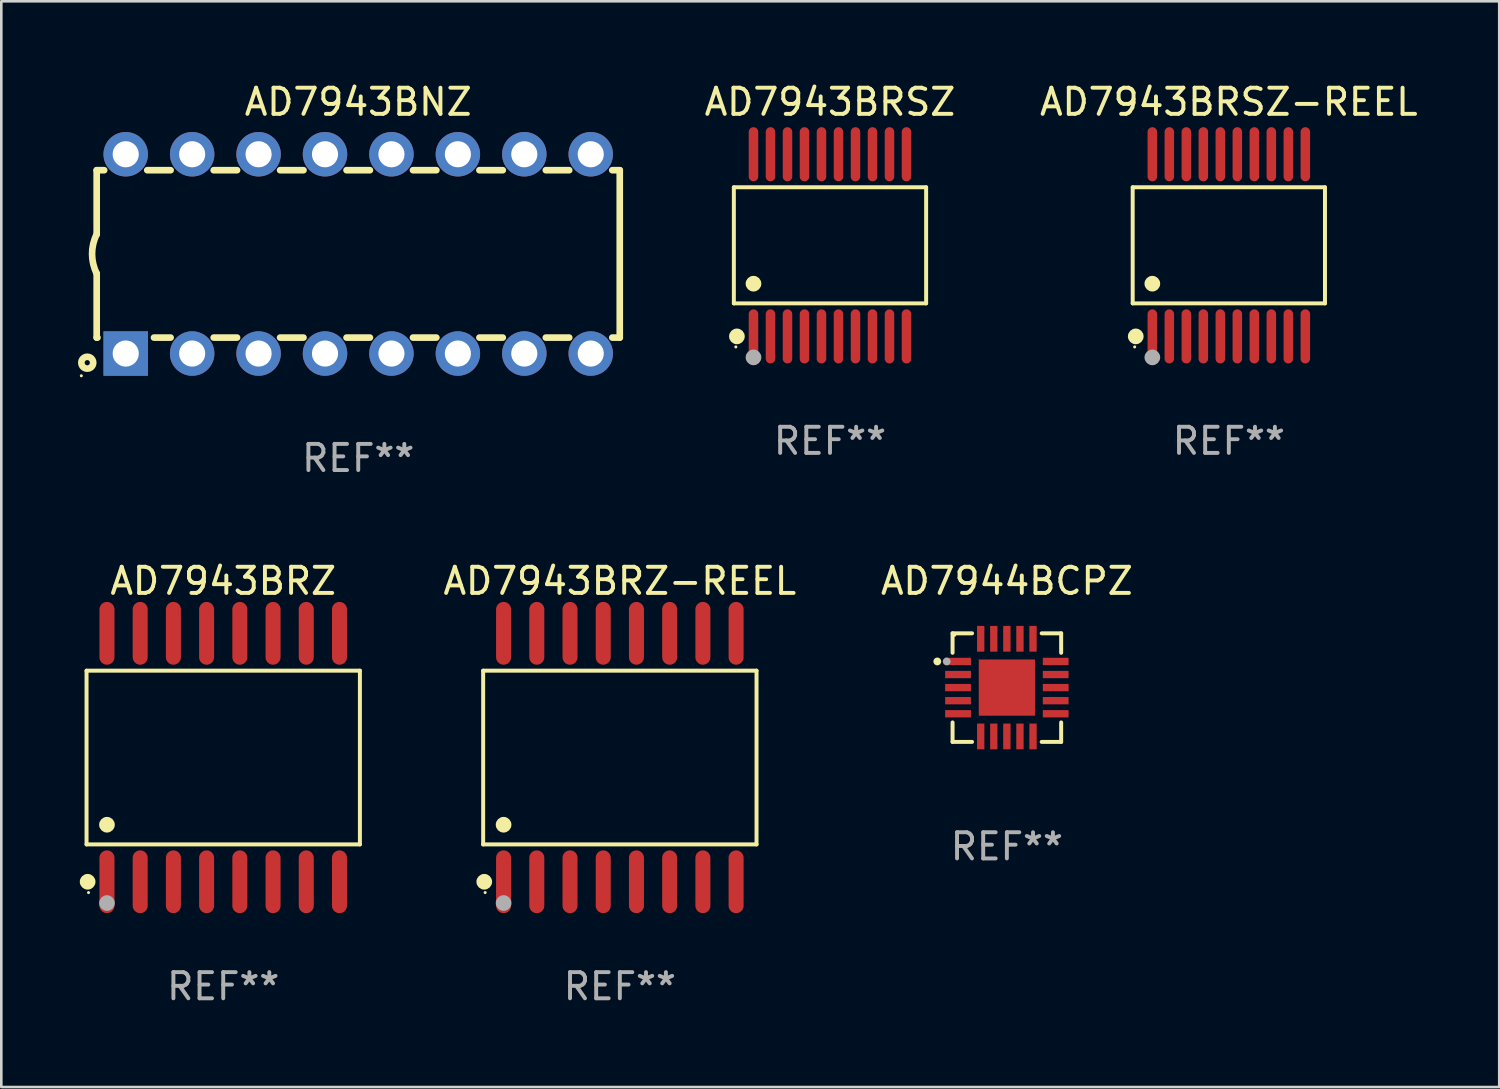
<source format=kicad_pcb>
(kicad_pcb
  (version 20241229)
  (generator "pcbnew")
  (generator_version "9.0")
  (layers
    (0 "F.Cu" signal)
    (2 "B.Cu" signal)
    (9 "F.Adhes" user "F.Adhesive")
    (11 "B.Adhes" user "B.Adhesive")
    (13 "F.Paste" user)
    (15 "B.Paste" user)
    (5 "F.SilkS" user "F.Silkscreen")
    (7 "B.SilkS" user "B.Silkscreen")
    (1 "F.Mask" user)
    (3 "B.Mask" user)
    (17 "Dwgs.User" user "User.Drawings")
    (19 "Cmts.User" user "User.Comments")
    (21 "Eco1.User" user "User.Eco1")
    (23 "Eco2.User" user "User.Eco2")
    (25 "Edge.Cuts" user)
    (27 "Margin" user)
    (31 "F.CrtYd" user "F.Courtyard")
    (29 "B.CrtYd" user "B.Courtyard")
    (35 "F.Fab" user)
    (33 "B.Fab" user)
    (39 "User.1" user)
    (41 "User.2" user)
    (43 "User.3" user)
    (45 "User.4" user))
  (footprint "AD7943BNZ"
    (layer "F.Cu")
    (at 10.647 6.658)
    (property "Reference" "AD7943BNZ" (at 0 -5.81 0) (layer "F.SilkS") (effects (font (size 1 1) (thickness 0.15))))
    (attr through_hole)
    (fp_line (start -10 -3.2) (end -10 -0.75) (stroke (width 0.254) (type solid)) (layer "F.SilkS"))
    (fp_line (start -10 -3.2) (end -9.713 -3.2) (stroke (width 0.254) (type solid)) (layer "F.SilkS"))
    (fp_line (start -10 3.2) (end -10 0.75) (stroke (width 0.254) (type solid)) (layer "F.SilkS"))
    (fp_line (start -10 3.2) (end -9.971 3.2) (stroke (width 0.254) (type solid)) (layer "F.SilkS"))
    (fp_line (start -8.067 -3.2) (end -7.173 -3.2) (stroke (width 0.254) (type solid)) (layer "F.SilkS"))
    (fp_line (start -7.809 3.2) (end -7.173 3.2) (stroke (width 0.254) (type solid)) (layer "F.SilkS"))
    (fp_line (start -5.527 3.2) (end -4.633 3.2) (stroke (width 0.254) (type solid)) (layer "F.SilkS"))
    (fp_line (start -5.527 -3.2) (end -4.633 -3.2) (stroke (width 0.254) (type solid)) (layer "F.SilkS"))
    (fp_line (start -2.987 3.2) (end -2.093 3.2) (stroke (width 0.254) (type solid)) (layer "F.SilkS"))
    (fp_line (start -2.987 -3.2) (end -2.093 -3.2) (stroke (width 0.254) (type solid)) (layer "F.SilkS"))
    (fp_line (start -0.447 3.2) (end 0.447 3.2) (stroke (width 0.254) (type solid)) (layer "F.SilkS"))
    (fp_line (start -0.447 -3.2) (end 0.447 -3.2) (stroke (width 0.254) (type solid)) (layer "F.SilkS"))
    (fp_line (start 2.093 3.2) (end 2.987 3.2) (stroke (width 0.254) (type solid)) (layer "F.SilkS"))
    (fp_line (start 2.093 -3.2) (end 2.987 -3.2) (stroke (width 0.254) (type solid)) (layer "F.SilkS"))
    (fp_line (start 4.633 3.2) (end 5.527 3.2) (stroke (width 0.254) (type solid)) (layer "F.SilkS"))
    (fp_line (start 4.633 -3.2) (end 5.527 -3.2) (stroke (width 0.254) (type solid)) (layer "F.SilkS"))
    (fp_line (start 7.173 3.2) (end 8.067 3.2) (stroke (width 0.254) (type solid)) (layer "F.SilkS"))
    (fp_line (start 7.173 -3.2) (end 8.067 -3.2) (stroke (width 0.254) (type solid)) (layer "F.SilkS"))
    (fp_line (start 9.713 3.2) (end 10 3.2) (stroke (width 0.254) (type solid)) (layer "F.SilkS"))
    (fp_line (start 9.713 -3.2) (end 10 -3.2) (stroke (width 0.254) (type solid)) (layer "F.SilkS"))
    (fp_line (start 10 -3.2) (end 10 3.2) (stroke (width 0.254) (type solid)) (layer "F.SilkS"))
    (fp_arc (start -10 0.748793) (mid -10.176918 -0.000607) (end -10.000025 -0.750013) (stroke (width 0.254001) (type solid)) (layer "F.SilkS"))
    (fp_circle (center -10.587 4.66) (end -10.557 4.66) (stroke (width 0.06) (type solid)) (fill no) (layer "F.SilkS"))
    (fp_circle (center -10.36 4.16) (end -10.26 4.16) (stroke (width 0.254) (type solid)) (fill no) (layer "F.SilkS"))
    (fp_text user "REF**" (at 0 7.81 0) (layer "F.Fab") (effects (font (size 1 1) (thickness 0.15))))
    (pad "1" thru_hole rect (at -8.89 3.81 90) (size 1.7 1.7) (drill 1) (layers "*.Cu" "*.Mask"))
    (pad "2" thru_hole circle (at -6.35 3.81) (size 1.7 1.7) (drill 1) (layers "*.Cu" "*.Mask"))
    (pad "3" thru_hole circle (at -3.81 3.81) (size 1.7 1.7) (drill 1) (layers "*.Cu" "*.Mask"))
    (pad "4" thru_hole circle (at -1.27 3.81) (size 1.7 1.7) (drill 1) (layers "*.Cu" "*.Mask"))
    (pad "5" thru_hole circle (at 1.27 3.81) (size 1.7 1.7) (drill 1) (layers "*.Cu" "*.Mask"))
    (pad "6" thru_hole circle (at 3.81 3.81) (size 1.7 1.7) (drill 1) (layers "*.Cu" "*.Mask"))
    (pad "7" thru_hole circle (at 6.35 3.81) (size 1.7 1.7) (drill 1) (layers "*.Cu" "*.Mask"))
    (pad "8" thru_hole circle (at 8.89 3.81) (size 1.7 1.7) (drill 1) (layers "*.Cu" "*.Mask"))
    (pad "9" thru_hole circle (at 8.89 -3.81) (size 1.7 1.7) (drill 1) (layers "*.Cu" "*.Mask"))
    (pad "10" thru_hole circle (at 6.35 -3.81) (size 1.7 1.7) (drill 1) (layers "*.Cu" "*.Mask"))
    (pad "11" thru_hole circle (at 3.81 -3.81) (size 1.7 1.7) (drill 1) (layers "*.Cu" "*.Mask"))
    (pad "12" thru_hole circle (at 1.27 -3.81) (size 1.7 1.7) (drill 1) (layers "*.Cu" "*.Mask"))
    (pad "13" thru_hole circle (at -1.27 -3.81) (size 1.7 1.7) (drill 1) (layers "*.Cu" "*.Mask"))
    (pad "14" thru_hole circle (at -3.81 -3.81) (size 1.7 1.7) (drill 1) (layers "*.Cu" "*.Mask"))
    (pad "15" thru_hole circle (at -6.35 -3.81) (size 1.7 1.7) (drill 1) (layers "*.Cu" "*.Mask"))
    (pad "16" thru_hole circle (at -8.89 -3.81) (size 1.7 1.7) (drill 1) (layers "*.Cu" "*.Mask")))
  (footprint "AD7944BCPZ"
    (layer "F.Cu")
    (at 35.448 23.241)
    (property "Reference" "AD7944BCPZ" (at 0 -4.076 0) (layer "F.SilkS") (effects (font (size 1 1) (thickness 0.15))))
    (attr through_hole)
    (fp_line (start -2.076 -2.076) (end -2.076 -1.331) (stroke (width 0.152) (type solid)) (layer "F.SilkS"))
    (fp_line (start -2.076 2.076) (end -2.076 1.331) (stroke (width 0.152) (type solid)) (layer "F.SilkS"))
    (fp_line (start -1.331 -2.076) (end -2.076 -2.076) (stroke (width 0.152) (type solid)) (layer "F.SilkS"))
    (fp_line (start -1.331 2.076) (end -2.076 2.076) (stroke (width 0.152) (type solid)) (layer "F.SilkS"))
    (fp_line (start 1.331 -2.076) (end 2.076 -2.076) (stroke (width 0.152) (type solid)) (layer "F.SilkS"))
    (fp_line (start 1.331 2.076) (end 2.076 2.076) (stroke (width 0.152) (type solid)) (layer "F.SilkS"))
    (fp_line (start 2.076 -2.076) (end 2.076 -1.331) (stroke (width 0.152) (type solid)) (layer "F.SilkS"))
    (fp_line (start 2.076 2.076) (end 2.076 1.331) (stroke (width 0.152) (type solid)) (layer "F.SilkS"))
    (fp_circle (center -2.66 -1) (end -2.585 -1) (stroke (width 0.15) (type solid)) (fill no) (layer "F.SilkS"))
    (fp_circle (center -2 -2) (end -1.97 -2) (stroke (width 0.06) (type solid)) (fill no) (layer "F.SilkS"))
    (fp_circle (center -2.3 -1) (end -2.225 -1) (stroke (width 0.15) (type solid)) (fill no) (layer "F.Fab"))
    (fp_text user "REF**" (at 0 6.076 0) (layer "F.Fab") (effects (font (size 1 1) (thickness 0.15))))
    (pad "1" smd rect (at -1.867 -1) (size 0.985 0.28) (layers "F.Cu" "F.Mask" "F.Paste"))
    (pad "2" smd rect (at -1.867 -0.5) (size 0.985 0.28) (layers "F.Cu" "F.Mask" "F.Paste"))
    (pad "3" smd rect (at -1.867 0) (size 0.985 0.28) (layers "F.Cu" "F.Mask" "F.Paste"))
    (pad "4" smd rect (at -1.867 0.5) (size 0.985 0.28) (layers "F.Cu" "F.Mask" "F.Paste"))
    (pad "5" smd rect (at -1.867 1) (size 0.985 0.28) (layers "F.Cu" "F.Mask" "F.Paste"))
    (pad "6" smd rect (at -1 1.867) (size 0.28 0.985) (layers "F.Cu" "F.Mask" "F.Paste"))
    (pad "7" smd rect (at -0.5 1.867) (size 0.28 0.985) (layers "F.Cu" "F.Mask" "F.Paste"))
    (pad "8" smd rect (at 0 1.867) (size 0.28 0.985) (layers "F.Cu" "F.Mask" "F.Paste"))
    (pad "9" smd rect (at 0.5 1.867) (size 0.28 0.985) (layers "F.Cu" "F.Mask" "F.Paste"))
    (pad "10" smd rect (at 1 1.867) (size 0.28 0.985) (layers "F.Cu" "F.Mask" "F.Paste"))
    (pad "11" smd rect (at 1.867 1) (size 0.985 0.28) (layers "F.Cu" "F.Mask" "F.Paste"))
    (pad "12" smd rect (at 1.867 0.5) (size 0.985 0.28) (layers "F.Cu" "F.Mask" "F.Paste"))
    (pad "13" smd rect (at 1.867 0) (size 0.985 0.28) (layers "F.Cu" "F.Mask" "F.Paste"))
    (pad "14" smd rect (at 1.867 -0.5) (size 0.985 0.28) (layers "F.Cu" "F.Mask" "F.Paste"))
    (pad "15" smd rect (at 1.867 -1) (size 0.985 0.28) (layers "F.Cu" "F.Mask" "F.Paste"))
    (pad "16" smd rect (at 1 -1.867) (size 0.28 0.985) (layers "F.Cu" "F.Mask" "F.Paste"))
    (pad "17" smd rect (at 0.5 -1.867) (size 0.28 0.985) (layers "F.Cu" "F.Mask" "F.Paste"))
    (pad "18" smd rect (at 0 -1.867) (size 0.28 0.985) (layers "F.Cu" "F.Mask" "F.Paste"))
    (pad "19" smd rect (at -0.5 -1.867) (size 0.28 0.985) (layers "F.Cu" "F.Mask" "F.Paste"))
    (pad "20" smd rect (at -1 -1.867) (size 0.28 0.985) (layers "F.Cu" "F.Mask" "F.Paste"))
    (pad "21" smd rect (at 0 0) (size 2.15 2.15) (layers "F.Cu" "F.Mask" "F.Paste")))
  (footprint "AD7943BRZ-REEL"
    (layer "F.Cu")
    (at 20.65 25.915)
    (property "Reference" "AD7943BRZ-REEL" (at 0 -6.75 0) (layer "F.SilkS") (effects (font (size 1 1) (thickness 0.15))))
    (attr through_hole)
    (fp_line (start -5.226 -3.321) (end 5.226 -3.321) (stroke (width 0.152) (type solid)) (layer "F.SilkS"))
    (fp_line (start -5.226 3.321) (end -5.226 -3.321) (stroke (width 0.152) (type solid)) (layer "F.SilkS"))
    (fp_line (start 5.226 -3.321) (end 5.226 3.321) (stroke (width 0.152) (type solid)) (layer "F.SilkS"))
    (fp_line (start 5.226 3.321) (end -5.226 3.321) (stroke (width 0.152) (type solid)) (layer "F.SilkS"))
    (fp_circle (center -5.184 4.75) (end -5.034 4.75) (stroke (width 0.3) (type solid)) (fill no) (layer "F.SilkS"))
    (fp_circle (center -5.15 5.163) (end -5.12 5.163) (stroke (width 0.06) (type solid)) (fill no) (layer "F.SilkS"))
    (fp_circle (center -4.445 2.569) (end -4.295 2.569) (stroke (width 0.3) (type solid)) (fill no) (layer "F.SilkS"))
    (fp_circle (center -4.445 5.563) (end -4.295 5.563) (stroke (width 0.3) (type solid)) (fill no) (layer "F.Fab"))
    (fp_text user "REF**" (at 0 8.75 0) (layer "F.Fab") (effects (font (size 1 1) (thickness 0.15))))
    (pad "1" smd oval (at -4.445 4.75) (size 0.574 2.401) (layers "F.Cu" "F.Mask" "F.Paste"))
    (pad "2" smd oval (at -3.175 4.75) (size 0.574 2.401) (layers "F.Cu" "F.Mask" "F.Paste"))
    (pad "3" smd oval (at -1.905 4.75) (size 0.574 2.401) (layers "F.Cu" "F.Mask" "F.Paste"))
    (pad "4" smd oval (at -0.635 4.75) (size 0.574 2.401) (layers "F.Cu" "F.Mask" "F.Paste"))
    (pad "5" smd oval (at 0.635 4.75) (size 0.574 2.401) (layers "F.Cu" "F.Mask" "F.Paste"))
    (pad "6" smd oval (at 1.905 4.75) (size 0.574 2.401) (layers "F.Cu" "F.Mask" "F.Paste"))
    (pad "7" smd oval (at 3.175 4.75) (size 0.574 2.401) (layers "F.Cu" "F.Mask" "F.Paste"))
    (pad "8" smd oval (at 4.445 4.75) (size 0.574 2.401) (layers "F.Cu" "F.Mask" "F.Paste"))
    (pad "9" smd oval (at 4.445 -4.75) (size 0.574 2.401) (layers "F.Cu" "F.Mask" "F.Paste"))
    (pad "10" smd oval (at 3.175 -4.75) (size 0.574 2.401) (layers "F.Cu" "F.Mask" "F.Paste"))
    (pad "11" smd oval (at 1.905 -4.75) (size 0.574 2.401) (layers "F.Cu" "F.Mask" "F.Paste"))
    (pad "12" smd oval (at 0.635 -4.75) (size 0.574 2.401) (layers "F.Cu" "F.Mask" "F.Paste"))
    (pad "13" smd oval (at -0.635 -4.75) (size 0.574 2.401) (layers "F.Cu" "F.Mask" "F.Paste"))
    (pad "14" smd oval (at -1.905 -4.75) (size 0.574 2.401) (layers "F.Cu" "F.Mask" "F.Paste"))
    (pad "15" smd oval (at -3.175 -4.75) (size 0.574 2.401) (layers "F.Cu" "F.Mask" "F.Paste"))
    (pad "16" smd oval (at -4.445 -4.75) (size 0.574 2.401) (layers "F.Cu" "F.Mask" "F.Paste")))
  (footprint "AD7943BRZ"
    (layer "F.Cu")
    (at 5.485 25.915)
    (property "Reference" "AD7943BRZ" (at 0 -6.75 0) (layer "F.SilkS") (effects (font (size 1 1) (thickness 0.15))))
    (attr through_hole)
    (fp_line (start -5.226 -3.321) (end 5.226 -3.321) (stroke (width 0.152) (type solid)) (layer "F.SilkS"))
    (fp_line (start -5.226 3.321) (end -5.226 -3.321) (stroke (width 0.152) (type solid)) (layer "F.SilkS"))
    (fp_line (start 5.226 -3.321) (end 5.226 3.321) (stroke (width 0.152) (type solid)) (layer "F.SilkS"))
    (fp_line (start 5.226 3.321) (end -5.226 3.321) (stroke (width 0.152) (type solid)) (layer "F.SilkS"))
    (fp_circle (center -5.184 4.75) (end -5.034 4.75) (stroke (width 0.3) (type solid)) (fill no) (layer "F.SilkS"))
    (fp_circle (center -5.15 5.163) (end -5.12 5.163) (stroke (width 0.06) (type solid)) (fill no) (layer "F.SilkS"))
    (fp_circle (center -4.445 2.569) (end -4.295 2.569) (stroke (width 0.3) (type solid)) (fill no) (layer "F.SilkS"))
    (fp_circle (center -4.445 5.563) (end -4.295 5.563) (stroke (width 0.3) (type solid)) (fill no) (layer "F.Fab"))
    (fp_text user "REF**" (at 0 8.75 0) (layer "F.Fab") (effects (font (size 1 1) (thickness 0.15))))
    (pad "1" smd oval (at -4.445 4.75) (size 0.574 2.401) (layers "F.Cu" "F.Mask" "F.Paste"))
    (pad "2" smd oval (at -3.175 4.75) (size 0.574 2.401) (layers "F.Cu" "F.Mask" "F.Paste"))
    (pad "3" smd oval (at -1.905 4.75) (size 0.574 2.401) (layers "F.Cu" "F.Mask" "F.Paste"))
    (pad "4" smd oval (at -0.635 4.75) (size 0.574 2.401) (layers "F.Cu" "F.Mask" "F.Paste"))
    (pad "5" smd oval (at 0.635 4.75) (size 0.574 2.401) (layers "F.Cu" "F.Mask" "F.Paste"))
    (pad "6" smd oval (at 1.905 4.75) (size 0.574 2.401) (layers "F.Cu" "F.Mask" "F.Paste"))
    (pad "7" smd oval (at 3.175 4.75) (size 0.574 2.401) (layers "F.Cu" "F.Mask" "F.Paste"))
    (pad "8" smd oval (at 4.445 4.75) (size 0.574 2.401) (layers "F.Cu" "F.Mask" "F.Paste"))
    (pad "9" smd oval (at 4.445 -4.75) (size 0.574 2.401) (layers "F.Cu" "F.Mask" "F.Paste"))
    (pad "10" smd oval (at 3.175 -4.75) (size 0.574 2.401) (layers "F.Cu" "F.Mask" "F.Paste"))
    (pad "11" smd oval (at 1.905 -4.75) (size 0.574 2.401) (layers "F.Cu" "F.Mask" "F.Paste"))
    (pad "12" smd oval (at 0.635 -4.75) (size 0.574 2.401) (layers "F.Cu" "F.Mask" "F.Paste"))
    (pad "13" smd oval (at -0.635 -4.75) (size 0.574 2.401) (layers "F.Cu" "F.Mask" "F.Paste"))
    (pad "14" smd oval (at -1.905 -4.75) (size 0.574 2.401) (layers "F.Cu" "F.Mask" "F.Paste"))
    (pad "15" smd oval (at -3.175 -4.75) (size 0.574 2.401) (layers "F.Cu" "F.Mask" "F.Paste"))
    (pad "16" smd oval (at -4.445 -4.75) (size 0.574 2.401) (layers "F.Cu" "F.Mask" "F.Paste")))
  (footprint "AD7943BRSZ"
    (layer "F.Cu")
    (at 28.685 6.33)
    (property "Reference" "AD7943BRSZ" (at 0 -5.482 0) (layer "F.SilkS") (effects (font (size 1 1) (thickness 0.15))))
    (attr through_hole)
    (fp_line (start -3.676 -2.219) (end 3.676 -2.219) (stroke (width 0.152) (type solid)) (layer "F.SilkS"))
    (fp_line (start -3.676 2.219) (end -3.676 -2.219) (stroke (width 0.152) (type solid)) (layer "F.SilkS"))
    (fp_line (start 3.676 -2.219) (end 3.676 2.219) (stroke (width 0.152) (type solid)) (layer "F.SilkS"))
    (fp_line (start 3.676 2.219) (end -3.676 2.219) (stroke (width 0.152) (type solid)) (layer "F.SilkS"))
    (fp_circle (center -3.6 3.885) (end -3.57 3.885) (stroke (width 0.06) (type solid)) (fill no) (layer "F.SilkS"))
    (fp_circle (center -3.559 3.482) (end -3.409 3.482) (stroke (width 0.3) (type solid)) (fill no) (layer "F.SilkS"))
    (fp_circle (center -2.925 1.467) (end -2.775 1.467) (stroke (width 0.3) (type solid)) (fill no) (layer "F.SilkS"))
    (fp_circle (center -2.925 4.285) (end -2.775 4.285) (stroke (width 0.3) (type solid)) (fill no) (layer "F.Fab"))
    (fp_text user "REF**" (at 0 7.482 0) (layer "F.Fab") (effects (font (size 1 1) (thickness 0.15))))
    (pad "1" smd oval (at -2.925 3.482) (size 0.364 2.069) (layers "F.Cu" "F.Mask" "F.Paste"))
    (pad "2" smd oval (at -2.275 3.482) (size 0.364 2.069) (layers "F.Cu" "F.Mask" "F.Paste"))
    (pad "3" smd oval (at -1.625 3.482) (size 0.364 2.069) (layers "F.Cu" "F.Mask" "F.Paste"))
    (pad "4" smd oval (at -0.975 3.482) (size 0.364 2.069) (layers "F.Cu" "F.Mask" "F.Paste"))
    (pad "5" smd oval (at -0.325 3.482) (size 0.364 2.069) (layers "F.Cu" "F.Mask" "F.Paste"))
    (pad "6" smd oval (at 0.325 3.482) (size 0.364 2.069) (layers "F.Cu" "F.Mask" "F.Paste"))
    (pad "7" smd oval (at 0.975 3.482) (size 0.364 2.069) (layers "F.Cu" "F.Mask" "F.Paste"))
    (pad "8" smd oval (at 1.625 3.482) (size 0.364 2.069) (layers "F.Cu" "F.Mask" "F.Paste"))
    (pad "9" smd oval (at 2.275 3.482) (size 0.364 2.069) (layers "F.Cu" "F.Mask" "F.Paste"))
    (pad "10" smd oval (at 2.925 3.482) (size 0.364 2.069) (layers "F.Cu" "F.Mask" "F.Paste"))
    (pad "11" smd oval (at 2.925 -3.482) (size 0.364 2.069) (layers "F.Cu" "F.Mask" "F.Paste"))
    (pad "12" smd oval (at 2.275 -3.482) (size 0.364 2.069) (layers "F.Cu" "F.Mask" "F.Paste"))
    (pad "13" smd oval (at 1.625 -3.482) (size 0.364 2.069) (layers "F.Cu" "F.Mask" "F.Paste"))
    (pad "14" smd oval (at 0.975 -3.482) (size 0.364 2.069) (layers "F.Cu" "F.Mask" "F.Paste"))
    (pad "15" smd oval (at 0.325 -3.482) (size 0.364 2.069) (layers "F.Cu" "F.Mask" "F.Paste"))
    (pad "16" smd oval (at -0.325 -3.482) (size 0.364 2.069) (layers "F.Cu" "F.Mask" "F.Paste"))
    (pad "17" smd oval (at -0.975 -3.482) (size 0.364 2.069) (layers "F.Cu" "F.Mask" "F.Paste"))
    (pad "18" smd oval (at -1.625 -3.482) (size 0.364 2.069) (layers "F.Cu" "F.Mask" "F.Paste"))
    (pad "19" smd oval (at -2.275 -3.482) (size 0.364 2.069) (layers "F.Cu" "F.Mask" "F.Paste"))
    (pad "20" smd oval (at -2.925 -3.482) (size 0.364 2.069) (layers "F.Cu" "F.Mask" "F.Paste")))
  (footprint "AD7943BRSZ-REEL"
    (layer "F.Cu")
    (at 43.935 6.33)
    (property "Reference" "AD7943BRSZ-REEL" (at 0 -5.482 0) (layer "F.SilkS") (effects (font (size 1 1) (thickness 0.15))))
    (attr through_hole)
    (fp_line (start -3.676 -2.219) (end 3.676 -2.219) (stroke (width 0.152) (type solid)) (layer "F.SilkS"))
    (fp_line (start -3.676 2.219) (end -3.676 -2.219) (stroke (width 0.152) (type solid)) (layer "F.SilkS"))
    (fp_line (start 3.676 -2.219) (end 3.676 2.219) (stroke (width 0.152) (type solid)) (layer "F.SilkS"))
    (fp_line (start 3.676 2.219) (end -3.676 2.219) (stroke (width 0.152) (type solid)) (layer "F.SilkS"))
    (fp_circle (center -3.6 3.885) (end -3.57 3.885) (stroke (width 0.06) (type solid)) (fill no) (layer "F.SilkS"))
    (fp_circle (center -3.559 3.482) (end -3.409 3.482) (stroke (width 0.3) (type solid)) (fill no) (layer "F.SilkS"))
    (fp_circle (center -2.925 1.467) (end -2.775 1.467) (stroke (width 0.3) (type solid)) (fill no) (layer "F.SilkS"))
    (fp_circle (center -2.925 4.285) (end -2.775 4.285) (stroke (width 0.3) (type solid)) (fill no) (layer "F.Fab"))
    (fp_text user "REF**" (at 0 7.482 0) (layer "F.Fab") (effects (font (size 1 1) (thickness 0.15))))
    (pad "1" smd oval (at -2.925 3.482) (size 0.364 2.069) (layers "F.Cu" "F.Mask" "F.Paste"))
    (pad "2" smd oval (at -2.275 3.482) (size 0.364 2.069) (layers "F.Cu" "F.Mask" "F.Paste"))
    (pad "3" smd oval (at -1.625 3.482) (size 0.364 2.069) (layers "F.Cu" "F.Mask" "F.Paste"))
    (pad "4" smd oval (at -0.975 3.482) (size 0.364 2.069) (layers "F.Cu" "F.Mask" "F.Paste"))
    (pad "5" smd oval (at -0.325 3.482) (size 0.364 2.069) (layers "F.Cu" "F.Mask" "F.Paste"))
    (pad "6" smd oval (at 0.325 3.482) (size 0.364 2.069) (layers "F.Cu" "F.Mask" "F.Paste"))
    (pad "7" smd oval (at 0.975 3.482) (size 0.364 2.069) (layers "F.Cu" "F.Mask" "F.Paste"))
    (pad "8" smd oval (at 1.625 3.482) (size 0.364 2.069) (layers "F.Cu" "F.Mask" "F.Paste"))
    (pad "9" smd oval (at 2.275 3.482) (size 0.364 2.069) (layers "F.Cu" "F.Mask" "F.Paste"))
    (pad "10" smd oval (at 2.925 3.482) (size 0.364 2.069) (layers "F.Cu" "F.Mask" "F.Paste"))
    (pad "11" smd oval (at 2.925 -3.482) (size 0.364 2.069) (layers "F.Cu" "F.Mask" "F.Paste"))
    (pad "12" smd oval (at 2.275 -3.482) (size 0.364 2.069) (layers "F.Cu" "F.Mask" "F.Paste"))
    (pad "13" smd oval (at 1.625 -3.482) (size 0.364 2.069) (layers "F.Cu" "F.Mask" "F.Paste"))
    (pad "14" smd oval (at 0.975 -3.482) (size 0.364 2.069) (layers "F.Cu" "F.Mask" "F.Paste"))
    (pad "15" smd oval (at 0.325 -3.482) (size 0.364 2.069) (layers "F.Cu" "F.Mask" "F.Paste"))
    (pad "16" smd oval (at -0.325 -3.482) (size 0.364 2.069) (layers "F.Cu" "F.Mask" "F.Paste"))
    (pad "17" smd oval (at -0.975 -3.482) (size 0.364 2.069) (layers "F.Cu" "F.Mask" "F.Paste"))
    (pad "18" smd oval (at -1.625 -3.482) (size 0.364 2.069) (layers "F.Cu" "F.Mask" "F.Paste"))
    (pad "19" smd oval (at -2.275 -3.482) (size 0.364 2.069) (layers "F.Cu" "F.Mask" "F.Paste"))
    (pad "20" smd oval (at -2.925 -3.482) (size 0.364 2.069) (layers "F.Cu" "F.Mask" "F.Paste")))
  (gr_rect
    (start -3 -3)
    (end 54.274 38.514)
    (stroke (width 0.1) (type default))
    (fill no)
    (layer "Edge.Cuts")))
</source>
